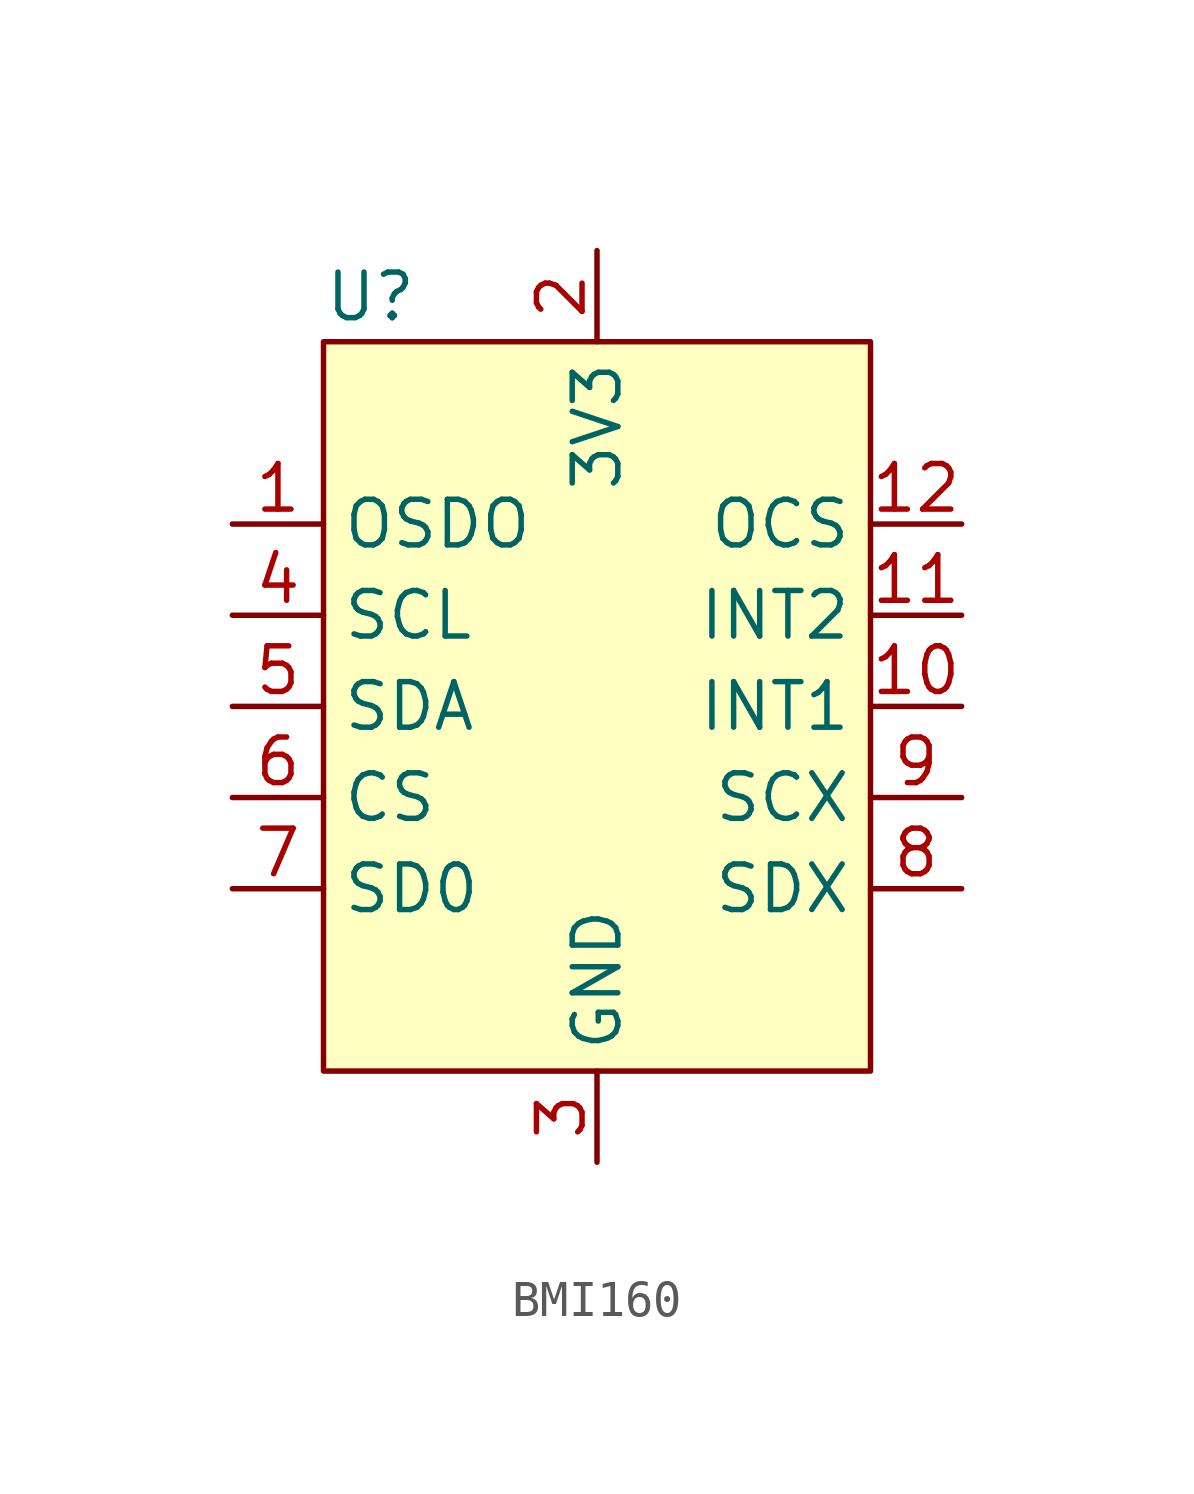
<source format=kicad_sym>
(kicad_symbol_lib
  (version 20231120)
  (generator "kicad_symbol_editor")
  (generator_version "8.0")
  (symbol "BMI160"
    (property "Reference" "U"
      (at -7.62 10.668 0)
      (effects (font (size 1.27 1.27)) (justify left bottom)))
    (property "Value" ""
      (at -2.54 3.81 0)
      (effects (font (size 1.27 1.27))))
    (symbol "BMI160_1_1"
      (rectangle (start -7.62 10.16) (end 7.62 -10.16) (stroke (width 0) (type default)) (fill (type background)))
      (pin input line (at -10.16 5.08 0) (length 2.54) (name "OSDO" (effects (font (size 1.27 1.27)))) (number "1" (effects (font (size 1.27 1.27)))))
      (pin input line (at 10.16 0 180) (length 2.54) (name "INT1" (effects (font (size 1.27 1.27)))) (number "10" (effects (font (size 1.27 1.27)))))
      (pin input line (at 10.16 2.54 180) (length 2.54) (name "INT2" (effects (font (size 1.27 1.27)))) (number "11" (effects (font (size 1.27 1.27)))))
      (pin input line (at 10.16 5.08 180) (length 2.54) (name "OCS" (effects (font (size 1.27 1.27)))) (number "12" (effects (font (size 1.27 1.27)))))
      (pin power_in line (at 0 12.7 270) (length 2.54) (name "3V3" (effects (font (size 1.27 1.27)))) (number "2" (effects (font (size 1.27 1.27)))))
      (pin power_in line (at 0 -12.7 90) (length 2.54) (name "GND" (effects (font (size 1.27 1.27)))) (number "3" (effects (font (size 1.27 1.27)))))
      (pin input line (at -10.16 2.54 0) (length 2.54) (name "SCL" (effects (font (size 1.27 1.27)))) (number "4" (effects (font (size 1.27 1.27)))))
      (pin input line (at -10.16 0 0) (length 2.54) (name "SDA" (effects (font (size 1.27 1.27)))) (number "5" (effects (font (size 1.27 1.27)))))
      (pin input line (at -10.16 -2.54 0) (length 2.54) (name "CS" (effects (font (size 1.27 1.27)))) (number "6" (effects (font (size 1.27 1.27)))))
      (pin input line (at -10.16 -5.08 0) (length 2.54) (name "SD0" (effects (font (size 1.27 1.27)))) (number "7" (effects (font (size 1.27 1.27)))))
      (pin input line (at 10.16 -5.08 180) (length 2.54) (name "SDX" (effects (font (size 1.27 1.27)))) (number "8" (effects (font (size 1.27 1.27)))))
      (pin input line (at 10.16 -2.54 180) (length 2.54) (name "SCX" (effects (font (size 1.27 1.27)))) (number "9" (effects (font (size 1.27 1.27))))))))
</source>
